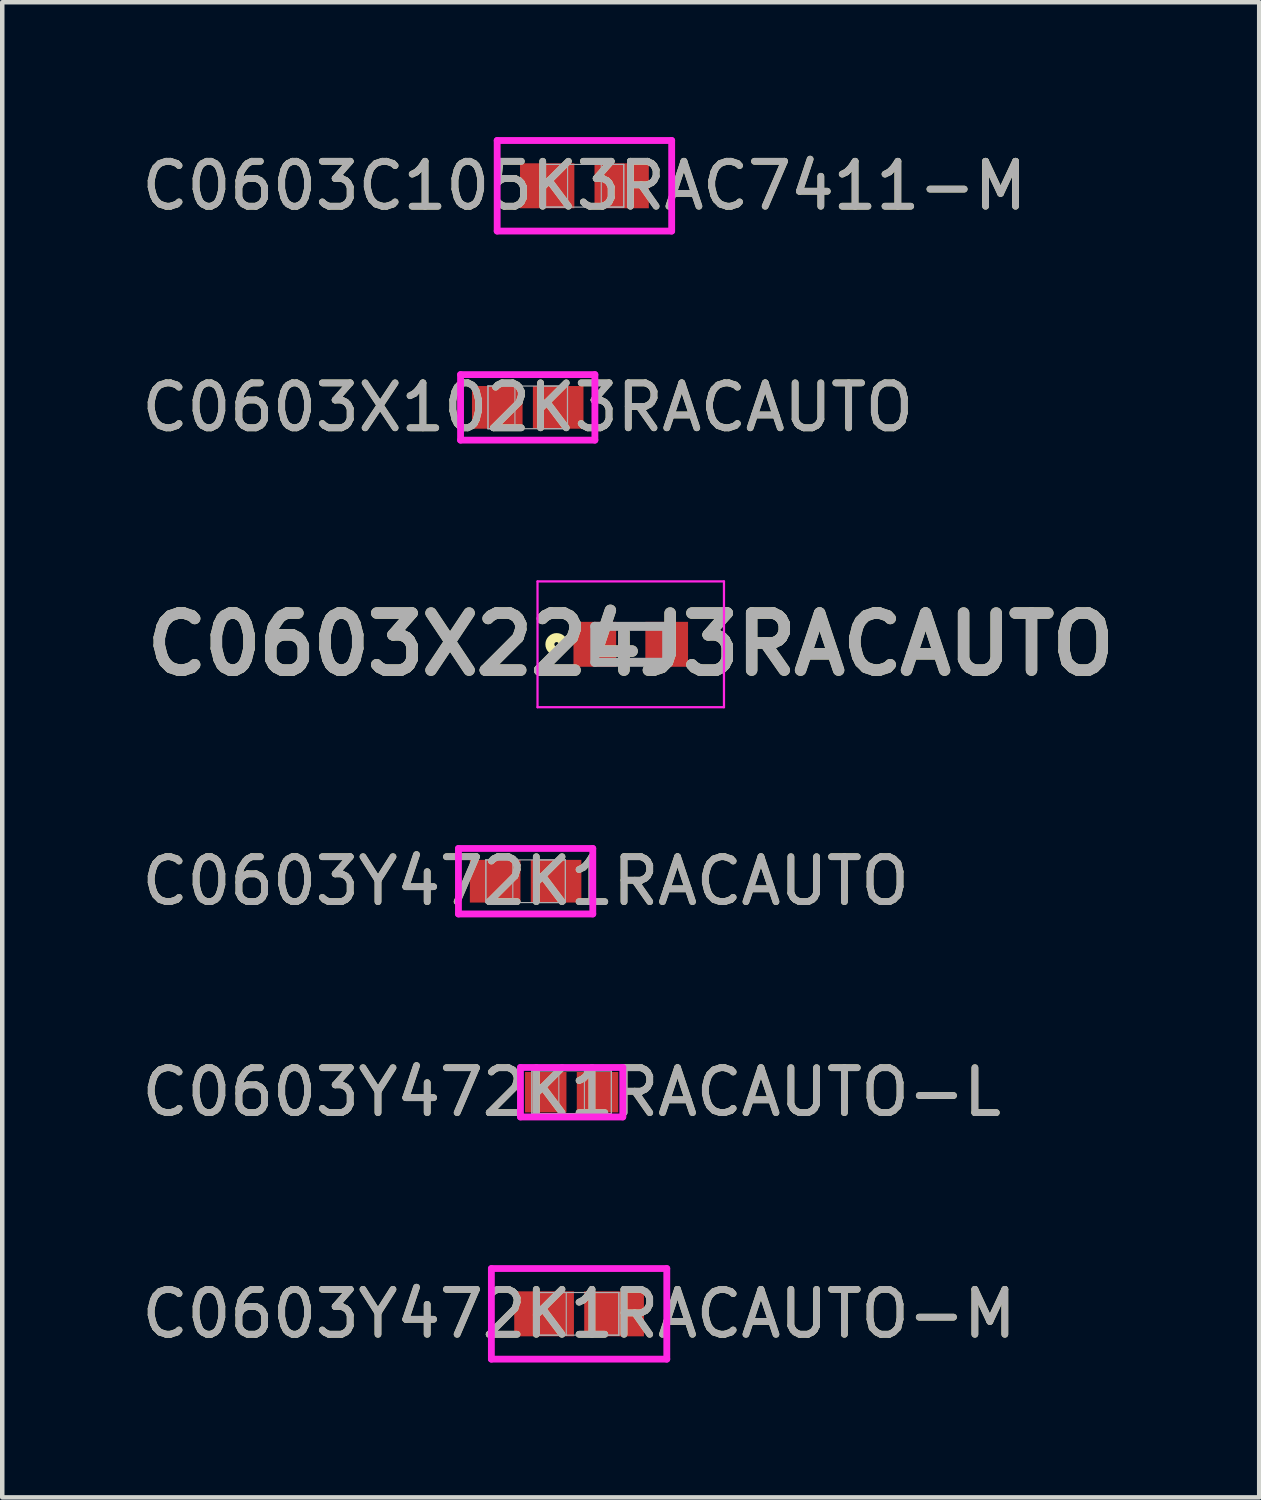
<source format=kicad_pcb>
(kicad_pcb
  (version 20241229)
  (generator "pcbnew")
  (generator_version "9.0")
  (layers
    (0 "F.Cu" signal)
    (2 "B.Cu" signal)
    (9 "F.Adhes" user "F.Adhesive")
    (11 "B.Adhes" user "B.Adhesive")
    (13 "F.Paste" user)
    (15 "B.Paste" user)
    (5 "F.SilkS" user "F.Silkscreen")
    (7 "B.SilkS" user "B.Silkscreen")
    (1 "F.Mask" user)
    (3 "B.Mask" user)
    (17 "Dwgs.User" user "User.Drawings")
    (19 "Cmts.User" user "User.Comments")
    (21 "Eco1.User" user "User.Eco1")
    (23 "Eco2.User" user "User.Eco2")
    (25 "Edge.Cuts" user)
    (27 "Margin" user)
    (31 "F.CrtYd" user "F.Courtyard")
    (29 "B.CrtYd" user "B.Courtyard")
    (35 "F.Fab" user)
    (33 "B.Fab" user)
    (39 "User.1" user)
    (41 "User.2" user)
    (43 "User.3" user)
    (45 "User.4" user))
  (footprint "C0603Y472K1RACAUTO"
    (layer "F.Cu")
    (at 8.649 16.564)
    (property "Reference" "C0603Y472K1RACAUTO" (at 0 0 0) (unlocked yes) (layer "F.SilkS") (effects (font (size 1 1) (thickness 0.15))))
    (attr smd)
    (fp_line (start -1.495 -0.729) (end 1.495 -0.729) (stroke (width 0.152) (type solid)) (layer "F.CrtYd"))
    (fp_line (start -1.495 0.729) (end -1.495 -0.729) (stroke (width 0.152) (type solid)) (layer "F.CrtYd"))
    (fp_line (start 1.495 -0.729) (end 1.495 0.729) (stroke (width 0.152) (type solid)) (layer "F.CrtYd"))
    (fp_line (start 1.495 0.729) (end -1.495 0.729) (stroke (width 0.152) (type solid)) (layer "F.CrtYd"))
    (fp_line (start -0.885 -0.475) (end -0.885 0.475) (stroke (width 0.025) (type solid)) (layer "F.Fab"))
    (fp_line (start -0.885 -0.475) (end -0.885 0.475) (stroke (width 0.025) (type solid)) (layer "F.Fab"))
    (fp_line (start -0.885 0.475) (end -0.285 0.475) (stroke (width 0.025) (type solid)) (layer "F.Fab"))
    (fp_line (start -0.885 0.475) (end 0.885 0.475) (stroke (width 0.025) (type solid)) (layer "F.Fab"))
    (fp_line (start -0.285 -0.475) (end -0.885 -0.475) (stroke (width 0.025) (type solid)) (layer "F.Fab"))
    (fp_line (start -0.285 0.475) (end -0.285 -0.475) (stroke (width 0.025) (type solid)) (layer "F.Fab"))
    (fp_line (start 0.285 -0.475) (end 0.285 0.475) (stroke (width 0.025) (type solid)) (layer "F.Fab"))
    (fp_line (start 0.285 0.475) (end 0.885 0.475) (stroke (width 0.025) (type solid)) (layer "F.Fab"))
    (fp_line (start 0.885 -0.475) (end -0.885 -0.475) (stroke (width 0.025) (type solid)) (layer "F.Fab"))
    (fp_line (start 0.885 -0.475) (end 0.285 -0.475) (stroke (width 0.025) (type solid)) (layer "F.Fab"))
    (fp_line (start 0.885 0.475) (end 0.885 -0.475) (stroke (width 0.025) (type solid)) (layer "F.Fab"))
    (fp_line (start 0.885 0.475) (end 0.885 -0.475) (stroke (width 0.025) (type solid)) (layer "F.Fab"))
    (fp_text user "${REFERENCE}" (at 0 0 0) (unlocked yes) (layer "F.Fab") (effects (font (size 1 1) (thickness 0.15))))
    (pad "1" smd rect (at -0.678 0) (size 1.126 0.95) (layers "F.Cu" "F.Mask" "F.Paste"))
    (pad "2" smd rect (at 0.678 0) (size 1.126 0.95) (layers "F.Cu" "F.Mask" "F.Paste"))
    (zone (net_name "") (layer "F.Cu") (hatch full 0.508) (connect_pads) (min_thickness 0.254) (filled_areas_thickness no) (keepout (tracks not_allowed) (vias not_allowed) (pads allowed) (copperpour not_allowed) (footprints allowed)) (placement (enabled no)) (fill) (polygon (pts (xy 8.585 16.14) (xy 8.713 16.14) (xy 8.713 16.988) (xy 8.585 16.988)))))
  (footprint "C0603Y472K1RACAUTO-M"
    (layer "F.Cu")
    (at 9.839 26.193)
    (property "Reference" "C0603Y472K1RACAUTO-M" (at 0 0 0) (unlocked yes) (layer "F.SilkS") (effects (font (size 1 1) (thickness 0.15))))
    (attr smd)
    (fp_line (start -1.952 -1.008) (end 1.952 -1.008) (stroke (width 0.152) (type solid)) (layer "F.CrtYd"))
    (fp_line (start -1.952 1.008) (end -1.952 -1.008) (stroke (width 0.152) (type solid)) (layer "F.CrtYd"))
    (fp_line (start 1.952 -1.008) (end 1.952 1.008) (stroke (width 0.152) (type solid)) (layer "F.CrtYd"))
    (fp_line (start 1.952 1.008) (end -1.952 1.008) (stroke (width 0.152) (type solid)) (layer "F.CrtYd"))
    (fp_line (start -0.885 -0.475) (end -0.885 0.475) (stroke (width 0.025) (type solid)) (layer "F.Fab"))
    (fp_line (start -0.885 -0.475) (end -0.885 0.475) (stroke (width 0.025) (type solid)) (layer "F.Fab"))
    (fp_line (start -0.885 0.475) (end -0.285 0.475) (stroke (width 0.025) (type solid)) (layer "F.Fab"))
    (fp_line (start -0.885 0.475) (end 0.885 0.475) (stroke (width 0.025) (type solid)) (layer "F.Fab"))
    (fp_line (start -0.285 -0.475) (end -0.885 -0.475) (stroke (width 0.025) (type solid)) (layer "F.Fab"))
    (fp_line (start -0.285 0.475) (end -0.285 -0.475) (stroke (width 0.025) (type solid)) (layer "F.Fab"))
    (fp_line (start 0.285 -0.475) (end 0.285 0.475) (stroke (width 0.025) (type solid)) (layer "F.Fab"))
    (fp_line (start 0.285 0.475) (end 0.885 0.475) (stroke (width 0.025) (type solid)) (layer "F.Fab"))
    (fp_line (start 0.885 -0.475) (end -0.885 -0.475) (stroke (width 0.025) (type solid)) (layer "F.Fab"))
    (fp_line (start 0.885 -0.475) (end 0.285 -0.475) (stroke (width 0.025) (type solid)) (layer "F.Fab"))
    (fp_line (start 0.885 0.475) (end 0.885 -0.475) (stroke (width 0.025) (type solid)) (layer "F.Fab"))
    (fp_line (start 0.885 0.475) (end 0.885 -0.475) (stroke (width 0.025) (type solid)) (layer "F.Fab"))
    (fp_text user "${REFERENCE}" (at 0 0 0) (unlocked yes) (layer "F.Fab") (effects (font (size 1 1) (thickness 0.15))))
    (pad "1" smd rect (at -0.779 0) (size 1.329 1.001) (layers "F.Cu" "F.Mask" "F.Paste"))
    (pad "2" smd rect (at 0.779 0) (size 1.329 1.001) (layers "F.Cu" "F.Mask" "F.Paste"))
    (zone (net_name "") (layer "F.Cu") (hatch full 0.508) (connect_pads) (min_thickness 0.254) (filled_areas_thickness no) (keepout (tracks not_allowed) (vias not_allowed) (pads allowed) (copperpour not_allowed) (footprints allowed)) (placement (enabled no)) (fill) (polygon (pts (xy 9.775 25.769) (xy 9.903 25.769) (xy 9.903 26.617) (xy 9.775 26.617)))))
  (footprint "C0603C105K3RAC7411-M"
    (layer "F.Cu")
    (at 9.958 1.085)
    (property "Reference" "C0603C105K3RAC7411-M" (at 0 0 0) (unlocked yes) (layer "F.SilkS") (effects (font (size 1 1) (thickness 0.15))))
    (attr smd)
    (fp_line (start -1.942 -1.008) (end 1.942 -1.008) (stroke (width 0.152) (type solid)) (layer "F.CrtYd"))
    (fp_line (start -1.942 1.008) (end -1.942 -1.008) (stroke (width 0.152) (type solid)) (layer "F.CrtYd"))
    (fp_line (start 1.942 -1.008) (end 1.942 1.008) (stroke (width 0.152) (type solid)) (layer "F.CrtYd"))
    (fp_line (start 1.942 1.008) (end -1.942 1.008) (stroke (width 0.152) (type solid)) (layer "F.CrtYd"))
    (fp_line (start -0.875 -0.475) (end -0.875 0.475) (stroke (width 0.025) (type solid)) (layer "F.Fab"))
    (fp_line (start -0.875 -0.475) (end -0.875 0.475) (stroke (width 0.025) (type solid)) (layer "F.Fab"))
    (fp_line (start -0.875 0.475) (end -0.375 0.475) (stroke (width 0.025) (type solid)) (layer "F.Fab"))
    (fp_line (start -0.875 0.475) (end 0.875 0.475) (stroke (width 0.025) (type solid)) (layer "F.Fab"))
    (fp_line (start -0.375 -0.475) (end -0.875 -0.475) (stroke (width 0.025) (type solid)) (layer "F.Fab"))
    (fp_line (start -0.375 0.475) (end -0.375 -0.475) (stroke (width 0.025) (type solid)) (layer "F.Fab"))
    (fp_line (start 0.375 -0.475) (end 0.375 0.475) (stroke (width 0.025) (type solid)) (layer "F.Fab"))
    (fp_line (start 0.375 0.475) (end 0.875 0.475) (stroke (width 0.025) (type solid)) (layer "F.Fab"))
    (fp_line (start 0.875 -0.475) (end -0.875 -0.475) (stroke (width 0.025) (type solid)) (layer "F.Fab"))
    (fp_line (start 0.875 -0.475) (end 0.375 -0.475) (stroke (width 0.025) (type solid)) (layer "F.Fab"))
    (fp_line (start 0.875 0.475) (end 0.875 -0.475) (stroke (width 0.025) (type solid)) (layer "F.Fab"))
    (fp_line (start 0.875 0.475) (end 0.875 -0.475) (stroke (width 0.025) (type solid)) (layer "F.Fab"))
    (fp_text user "${REFERENCE}" (at 0 0 0) (unlocked yes) (layer "F.Fab") (effects (font (size 1 1) (thickness 0.15))))
    (pad "1" smd rect (at -0.829 0) (size 1.209 1.001) (layers "F.Cu" "F.Mask" "F.Paste"))
    (pad "2" smd rect (at 0.829 0) (size 1.209 1.001) (layers "F.Cu" "F.Mask" "F.Paste"))
    (zone (net_name "") (layer "F.Cu") (hatch full 0.508) (connect_pads) (min_thickness 0.254) (filled_areas_thickness no) (keepout (tracks not_allowed) (vias not_allowed) (pads allowed) (copperpour not_allowed) (footprints allowed)) (placement (enabled no)) (fill) (polygon (pts (xy 9.784 0.66) (xy 10.133 0.66) (xy 10.133 1.509) (xy 9.784 1.509)))))
  (footprint "C0603X224J3RACAUTO"
    (layer "F.Cu")
    (at 10.989 11.291)
    (property "Reference" "C0603X224J3RACAUTO" (at 0 0 0) (layer "F.SilkS") (effects (font (size 1.27 1.27) (thickness 0.254))))
    (attr smd)
    (fp_circle (center -1.65 0) (end -1.65 0.05) (stroke (width 0.2) (type solid)) (fill no) (layer "F.SilkS"))
    (fp_line (start -2.075 -1.4) (end 2.075 -1.4) (stroke (width 0.05) (type solid)) (layer "F.CrtYd"))
    (fp_line (start -2.075 1.4) (end -2.075 -1.4) (stroke (width 0.05) (type solid)) (layer "F.CrtYd"))
    (fp_line (start 2.075 -1.4) (end 2.075 1.4) (stroke (width 0.05) (type solid)) (layer "F.CrtYd"))
    (fp_line (start 2.075 1.4) (end -2.075 1.4) (stroke (width 0.05) (type solid)) (layer "F.CrtYd"))
    (fp_line (start -0.8 -0.4) (end 0.8 -0.4) (stroke (width 0.2) (type solid)) (layer "F.Fab"))
    (fp_line (start -0.8 0.4) (end -0.8 -0.4) (stroke (width 0.2) (type solid)) (layer "F.Fab"))
    (fp_line (start 0.8 -0.4) (end 0.8 0.4) (stroke (width 0.2) (type solid)) (layer "F.Fab"))
    (fp_line (start 0.8 0.4) (end -0.8 0.4) (stroke (width 0.2) (type solid)) (layer "F.Fab"))
    (fp_text user "${REFERENCE}" (at 0 0 0) (layer "F.Fab") (effects (font (size 1.27 1.27) (thickness 0.254))))
    (pad "1" smd rect (at -0.8 0) (size 0.95 1) (layers "F.Cu" "F.Mask" "F.Paste"))
    (pad "2" smd rect (at 0.8 0) (size 0.95 1) (layers "F.Cu" "F.Mask" "F.Paste")))
  (footprint "C0603Y472K1RACAUTO-L"
    (layer "F.Cu")
    (at 9.673 21.26)
    (property "Reference" "C0603Y472K1RACAUTO-L" (at 0 0 0) (unlocked yes) (layer "F.SilkS") (effects (font (size 1 1) (thickness 0.15))))
    (attr smd)
    (fp_line (start -1.139 -0.551) (end 1.139 -0.551) (stroke (width 0.152) (type solid)) (layer "F.CrtYd"))
    (fp_line (start -1.139 0.551) (end -1.139 -0.551) (stroke (width 0.152) (type solid)) (layer "F.CrtYd"))
    (fp_line (start 1.139 -0.551) (end 1.139 0.551) (stroke (width 0.152) (type solid)) (layer "F.CrtYd"))
    (fp_line (start 1.139 0.551) (end -1.139 0.551) (stroke (width 0.152) (type solid)) (layer "F.CrtYd"))
    (fp_line (start -0.885 -0.475) (end -0.885 0.475) (stroke (width 0.025) (type solid)) (layer "F.Fab"))
    (fp_line (start -0.885 -0.475) (end -0.885 0.475) (stroke (width 0.025) (type solid)) (layer "F.Fab"))
    (fp_line (start -0.885 0.475) (end -0.285 0.475) (stroke (width 0.025) (type solid)) (layer "F.Fab"))
    (fp_line (start -0.885 0.475) (end 0.885 0.475) (stroke (width 0.025) (type solid)) (layer "F.Fab"))
    (fp_line (start -0.285 -0.475) (end -0.885 -0.475) (stroke (width 0.025) (type solid)) (layer "F.Fab"))
    (fp_line (start -0.285 0.475) (end -0.285 -0.475) (stroke (width 0.025) (type solid)) (layer "F.Fab"))
    (fp_line (start 0.285 -0.475) (end 0.285 0.475) (stroke (width 0.025) (type solid)) (layer "F.Fab"))
    (fp_line (start 0.285 0.475) (end 0.885 0.475) (stroke (width 0.025) (type solid)) (layer "F.Fab"))
    (fp_line (start 0.885 -0.475) (end -0.885 -0.475) (stroke (width 0.025) (type solid)) (layer "F.Fab"))
    (fp_line (start 0.885 -0.475) (end 0.285 -0.475) (stroke (width 0.025) (type solid)) (layer "F.Fab"))
    (fp_line (start 0.885 0.475) (end 0.885 -0.475) (stroke (width 0.025) (type solid)) (layer "F.Fab"))
    (fp_line (start 0.885 0.475) (end 0.885 -0.475) (stroke (width 0.025) (type solid)) (layer "F.Fab"))
    (fp_text user "${REFERENCE}" (at 0 0 0) (unlocked yes) (layer "F.Fab") (effects (font (size 1 1) (thickness 0.15))))
    (pad "1" smd rect (at -0.576 0) (size 0.922 0.899) (layers "F.Cu" "F.Mask" "F.Paste"))
    (pad "2" smd rect (at 0.576 0) (size 0.922 0.899) (layers "F.Cu" "F.Mask" "F.Paste"))
    (zone (net_name "") (layer "F.Cu") (hatch full 0.508) (connect_pads) (min_thickness 0.254) (filled_areas_thickness no) (keepout (tracks not_allowed) (vias not_allowed) (pads allowed) (copperpour not_allowed) (footprints allowed)) (placement (enabled no)) (fill) (polygon (pts (xy 9.608 20.836) (xy 9.737 20.836) (xy 9.737 21.685) (xy 9.608 21.685)))))
  (footprint "C0603X102K3RACAUTO"
    (layer "F.Cu")
    (at 8.696 6.017)
    (property "Reference" "C0603X102K3RACAUTO" (at 0 0 0) (unlocked yes) (layer "F.SilkS") (effects (font (size 1 1) (thickness 0.15))))
    (attr smd)
    (fp_line (start -1.495 -0.729) (end 1.495 -0.729) (stroke (width 0.152) (type solid)) (layer "F.CrtYd"))
    (fp_line (start -1.495 0.729) (end -1.495 -0.729) (stroke (width 0.152) (type solid)) (layer "F.CrtYd"))
    (fp_line (start 1.495 -0.729) (end 1.495 0.729) (stroke (width 0.152) (type solid)) (layer "F.CrtYd"))
    (fp_line (start 1.495 0.729) (end -1.495 0.729) (stroke (width 0.152) (type solid)) (layer "F.CrtYd"))
    (fp_line (start -0.885 -0.475) (end -0.885 0.475) (stroke (width 0.025) (type solid)) (layer "F.Fab"))
    (fp_line (start -0.885 -0.475) (end -0.885 0.475) (stroke (width 0.025) (type solid)) (layer "F.Fab"))
    (fp_line (start -0.885 0.475) (end -0.285 0.475) (stroke (width 0.025) (type solid)) (layer "F.Fab"))
    (fp_line (start -0.885 0.475) (end 0.885 0.475) (stroke (width 0.025) (type solid)) (layer "F.Fab"))
    (fp_line (start -0.285 -0.475) (end -0.885 -0.475) (stroke (width 0.025) (type solid)) (layer "F.Fab"))
    (fp_line (start -0.285 0.475) (end -0.285 -0.475) (stroke (width 0.025) (type solid)) (layer "F.Fab"))
    (fp_line (start 0.285 -0.475) (end 0.285 0.475) (stroke (width 0.025) (type solid)) (layer "F.Fab"))
    (fp_line (start 0.285 0.475) (end 0.885 0.475) (stroke (width 0.025) (type solid)) (layer "F.Fab"))
    (fp_line (start 0.885 -0.475) (end -0.885 -0.475) (stroke (width 0.025) (type solid)) (layer "F.Fab"))
    (fp_line (start 0.885 -0.475) (end 0.285 -0.475) (stroke (width 0.025) (type solid)) (layer "F.Fab"))
    (fp_line (start 0.885 0.475) (end 0.885 -0.475) (stroke (width 0.025) (type solid)) (layer "F.Fab"))
    (fp_line (start 0.885 0.475) (end 0.885 -0.475) (stroke (width 0.025) (type solid)) (layer "F.Fab"))
    (fp_text user "${REFERENCE}" (at 0 0 0) (unlocked yes) (layer "F.Fab") (effects (font (size 1 1) (thickness 0.15))))
    (pad "1" smd rect (at -0.678 0) (size 1.126 0.95) (layers "F.Cu" "F.Mask" "F.Paste"))
    (pad "2" smd rect (at 0.678 0) (size 1.126 0.95) (layers "F.Cu" "F.Mask" "F.Paste"))
    (zone (net_name "") (layer "F.Cu") (hatch full 0.508) (connect_pads) (min_thickness 0.254) (filled_areas_thickness no) (keepout (tracks not_allowed) (vias not_allowed) (pads allowed) (copperpour not_allowed) (footprints allowed)) (placement (enabled no)) (fill) (polygon (pts (xy 8.632 5.593) (xy 8.761 5.593) (xy 8.761 6.442) (xy 8.632 6.442)))))
  (gr_rect
    (start -3 -3)
    (end 24.977 30.278)
    (stroke (width 0.1) (type default))
    (fill no)
    (layer "Edge.Cuts")))
</source>
